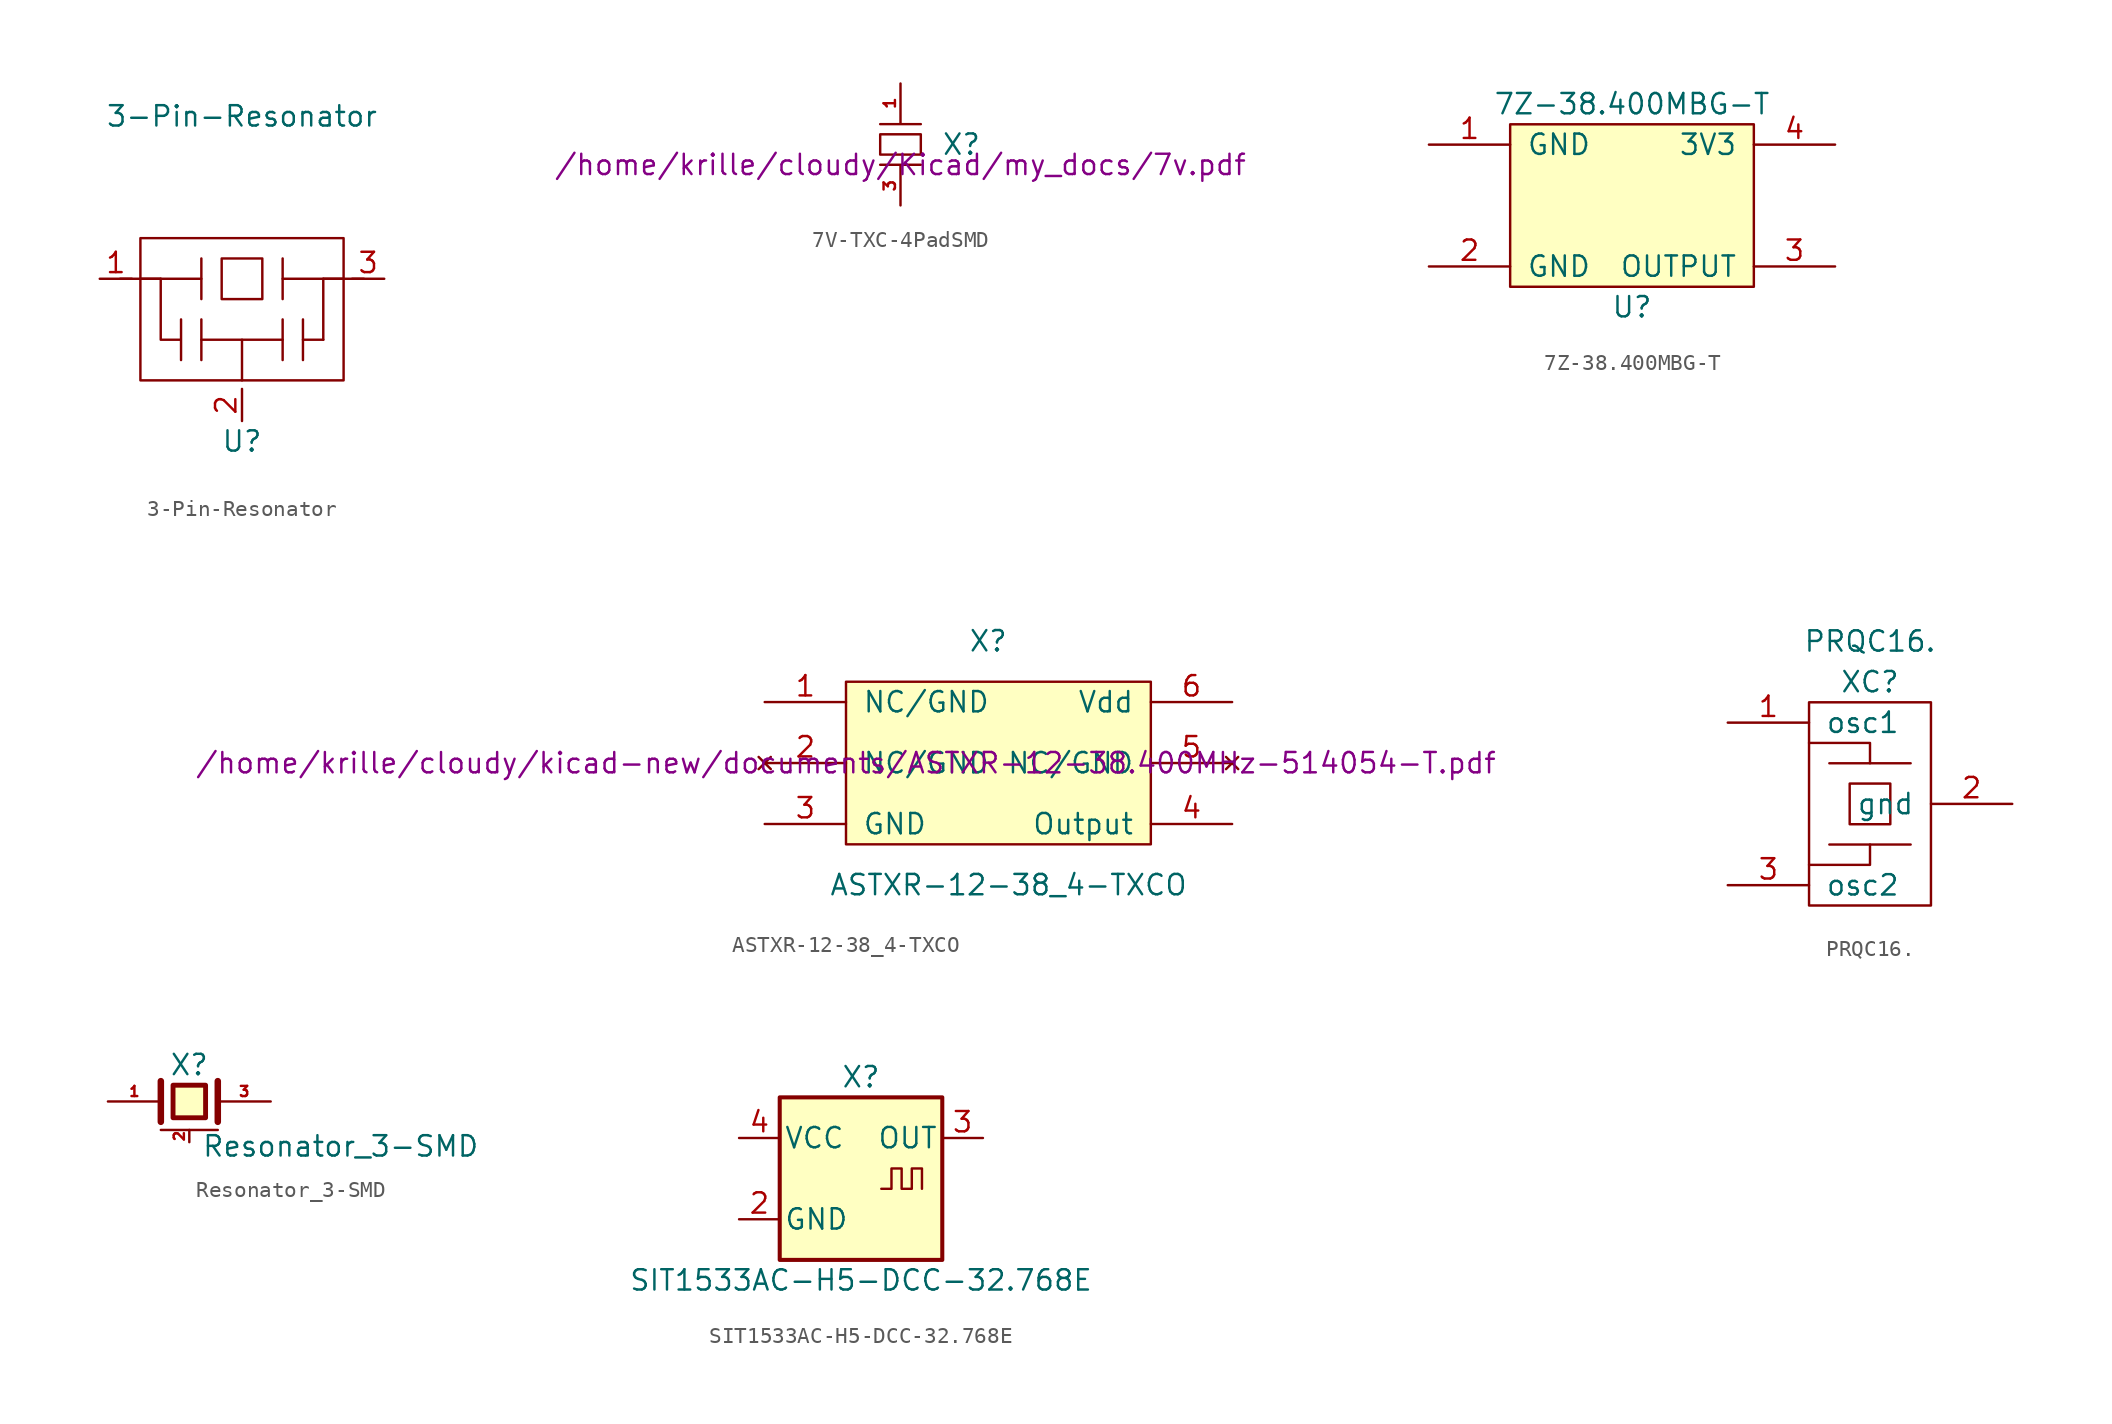
<source format=kicad_sym>
(kicad_symbol_lib
  (version 20211014)
  (generator kicad_symbol_editor)
  (symbol "3-Pin-Resonator"
    (pin_names
      (offset 1.016))
    (property "Reference" "U"
      (at 0 -10.16 0)
      (effects (font (size 1.27 1.27))))
    (property "Value" "3-Pin-Resonator"
      (at 0 10.16 0)
      (effects (font (size 1.27 1.27))))
    (property "Footprint" ""
      (at 0 0 0)
      (effects (font (size 1.27 1.27))))
    (property "Datasheet" ""
      (at 0 0 0)
      (effects (font (size 1.27 1.27))))
    (symbol "3-Pin-Resonator_0_1"
      (rectangle (start -6.35 2.54) (end 6.35 -6.35) (stroke (width 0) (type default) (color 0 0 0 0)) (fill (type none)))
      (rectangle (start -2.54 1.27) (end -2.54 -1.27) (stroke (width 0) (type default) (color 0 0 0 0)) (fill (type none)))
      (rectangle (start -1.27 1.27) (end 1.27 -1.27) (stroke (width 0) (type default) (color 0 0 0 0)) (fill (type none)))
      (polyline (pts (xy -7.62 0) (xy -5.08 0)) (stroke (width 0) (type default) (color 0 0 0 0)) (fill (type none)))
      (polyline (pts (xy -2.54 -2.54) (xy -2.54 -5.08)) (stroke (width 0) (type default) (color 0 0 0 0)) (fill (type none)))
      (polyline (pts (xy -2.54 0) (xy -6.35 0)) (stroke (width 0) (type default) (color 0 0 0 0)) (fill (type none)))
      (polyline (pts (xy 0 -3.81) (xy 0 -6.35)) (stroke (width 0) (type default) (color 0 0 0 0)) (fill (type none)))
      (polyline (pts (xy 2.54 -3.81) (xy -2.54 -3.81)) (stroke (width 0) (type default) (color 0 0 0 0)) (fill (type none)))
      (polyline (pts (xy 2.54 -2.54) (xy 2.54 -5.08)) (stroke (width 0) (type default) (color 0 0 0 0)) (fill (type none)))
      (polyline (pts (xy 3.81 -3.81) (xy 5.08 -3.81)) (stroke (width 0) (type default) (color 0 0 0 0)) (fill (type none)))
      (polyline (pts (xy 3.81 -2.54) (xy 3.81 -5.08)) (stroke (width 0) (type default) (color 0 0 0 0)) (fill (type none)))
      (polyline (pts (xy 5.08 0) (xy 5.08 -3.81)) (stroke (width 0) (type default) (color 0 0 0 0)) (fill (type none)))
      (polyline (pts (xy 5.08 0) (xy 7.62 0)) (stroke (width 0) (type default) (color 0 0 0 0)) (fill (type none)))
      (polyline (pts (xy 6.35 0) (xy 2.54 0)) (stroke (width 0) (type default) (color 0 0 0 0)) (fill (type none)))
      (polyline (pts (xy -5.08 0) (xy -5.08 -3.81) (xy -3.81 -3.81) (xy -3.81 -2.54) (xy -3.81 -5.08)) (stroke (width 0) (type default) (color 0 0 0 0)) (fill (type none)))
      (rectangle (start 2.54 1.27) (end 2.54 -1.27) (stroke (width 0) (type default) (color 0 0 0 0)) (fill (type none))))
    (symbol "3-Pin-Resonator_1_1"
      (pin input line (at -8.89 0 0) (length 2.007) (name "~" (effects (font (size 1.27 1.27)))) (number "1" (effects (font (size 1.27 1.27)))))
      (pin input line (at 0 -8.89 90) (length 2.007) (name "~" (effects (font (size 1.27 1.27)))) (number "2" (effects (font (size 1.27 1.27)))))
      (pin input line (at 8.89 0 180) (length 2.007) (name "~" (effects (font (size 1.27 1.27)))) (number "3" (effects (font (size 1.27 1.27)))))))
  (symbol "7V-TXC-4PadSMD"
    (pin_names
      (offset 0.762) hide)
    (property "Reference" "X"
      (at 3.81 0 0)
      (effects (font (size 1.27 1.27))))
    (property "Footprint" ""
      (at 0 -1.27 0)
      (effects (font (size 1.27 1.27))))
    (property "Datasheet" "/home/krille/cloudy/Kicad/my_docs/7v.pdf"
      (at 0 -1.27 0)
      (effects (font (size 1.27 1.27))))
    (symbol "7V-TXC-4PadSMD_0_1"
      (rectangle (start -1.27 0.635) (end 1.27 -0.635) (stroke (width 0) (type default) (color 0 0 0 0)) (fill (type none)))
      (polyline (pts (xy -1.27 -1.27) (xy 1.27 -1.27)) (stroke (width 0) (type default) (color 0 0 0 0)) (fill (type none)))
      (polyline (pts (xy 1.27 1.27) (xy -1.27 1.27)) (stroke (width 0) (type default) (color 0 0 0 0)) (fill (type none))))
    (symbol "7V-TXC-4PadSMD_1_1"
      (pin input line (at 0 3.81 270) (length 2.464) (name "XTAL" (effects (font (size 0.711 0.711)))) (number "1" (effects (font (size 0.711 0.711)))))
      (pin input line (at 0 -3.81 90) (length 2.464) (name "XTAL" (effects (font (size 0.711 0.711)))) (number "3" (effects (font (size 0.711 0.711)))))))
  (symbol "7Z-38.400MBG-T"
    (pin_names
      (offset 1.016))
    (property "Reference" "U"
      (at 0 -6.35 0)
      (effects (font (size 1.27 1.27))))
    (property "Value" "7Z-38.400MBG-T"
      (at 0 6.35 0)
      (effects (font (size 1.27 1.27))))
    (symbol "7Z-38.400MBG-T_0_1"
      (rectangle (start 7.62 -5.08) (end -7.62 5.08) (stroke (width 0) (type default) (color 0 0 0 0)) (fill (type background))))
    (symbol "7Z-38.400MBG-T_1_1"
      (pin input line (at -12.7 3.81 0) (length 5.08) (name "GND" (effects (font (size 1.27 1.27)))) (number "1" (effects (font (size 1.27 1.27)))))
      (pin input line (at -12.7 -3.81 0) (length 5.08) (name "GND" (effects (font (size 1.27 1.27)))) (number "2" (effects (font (size 1.27 1.27)))))
      (pin input line (at 12.7 -3.81 180) (length 5.08) (name "OUTPUT" (effects (font (size 1.27 1.27)))) (number "3" (effects (font (size 1.27 1.27)))))
      (pin input line (at 12.7 3.81 180) (length 5.08) (name "3V3" (effects (font (size 1.27 1.27)))) (number "4" (effects (font (size 1.27 1.27)))))))
  (symbol "ASTXR-12-38_4-TXCO"
    (pin_names
      (offset 1.016))
    (property "Reference" "X"
      (at -1.27 7.62 0)
      (effects (font (size 1.27 1.27))))
    (property "Value" "ASTXR-12-38_4-TXCO"
      (at 0 -7.62 0)
      (effects (font (size 1.27 1.27))))
    (property "Footprint" ""
      (at -10.16 0 0)
      (effects (font (size 1.27 1.27))))
    (property "Datasheet" "/home/krille/cloudy/kicad-new/documents/ASTXR-12-38.400MHz-514054-T.pdf"
      (at -10.16 0 0)
      (effects (font (size 1.27 1.27))))
    (symbol "ASTXR-12-38_4-TXCO_0_1"
      (rectangle (start -10.16 5.08) (end 8.89 -5.08) (stroke (width 0) (type default) (color 0 0 0 0)) (fill (type background))))
    (symbol "ASTXR-12-38_4-TXCO_1_1"
      (pin input line (at -15.24 3.81 0) (length 5.08) (name "NC/GND" (effects (font (size 1.27 1.27)))) (number "1" (effects (font (size 1.27 1.27)))))
      (pin no_connect line (at -15.24 0 0) (length 5.08) (name "NC/GND" (effects (font (size 1.27 1.27)))) (number "2" (effects (font (size 1.27 1.27)))))
      (pin input line (at -15.24 -3.81 0) (length 5.08) (name "GND" (effects (font (size 1.27 1.27)))) (number "3" (effects (font (size 1.27 1.27)))))
      (pin input line (at 13.97 -3.81 180) (length 5.08) (name "Output" (effects (font (size 1.27 1.27)))) (number "4" (effects (font (size 1.27 1.27)))))
      (pin no_connect line (at 13.97 0 180) (length 5.08) (name "NC/GND" (effects (font (size 1.27 1.27)))) (number "5" (effects (font (size 1.27 1.27)))))
      (pin input line (at 13.97 3.81 180) (length 5.08) (name "Vdd" (effects (font (size 1.27 1.27)))) (number "6" (effects (font (size 1.27 1.27)))))))
  (symbol "PRQC16."
    (pin_names
      (offset 1.016))
    (property "Reference" "XC"
      (at 0 7.62 0)
      (effects (font (size 1.27 1.27))))
    (property "Value" "PRQC16."
      (at 0 10.16 0)
      (effects (font (size 1.27 1.27))))
    (property "Footprint" ""
      (at -3.81 1.27 0)
      (effects (font (size 1.27 1.27))))
    (property "Datasheet" ""
      (at -3.81 1.27 0)
      (effects (font (size 1.27 1.27))))
    (symbol "PRQC16._0_0"
      (rectangle (start -3.81 6.35) (end 3.81 -6.35) (stroke (width 0) (type default) (color 0 0 0 0)) (fill (type none)))
      (rectangle (start -1.27 1.27) (end 1.27 -1.27) (stroke (width 0) (type default) (color 0 0 0 0)) (fill (type none)))
      (polyline (pts (xy -2.54 -2.54) (xy 2.54 -2.54)) (stroke (width 0) (type default) (color 0 0 0 0)) (fill (type none)))
      (polyline (pts (xy -2.54 2.54) (xy 2.54 2.54)) (stroke (width 0) (type default) (color 0 0 0 0)) (fill (type none)))
      (polyline (pts (xy -3.81 -3.81) (xy 0 -3.81) (xy 0 -2.54)) (stroke (width 0) (type default) (color 0 0 0 0)) (fill (type none)))
      (polyline (pts (xy 0 2.54) (xy 0 3.81) (xy -3.81 3.81)) (stroke (width 0) (type default) (color 0 0 0 0)) (fill (type none))))
    (symbol "PRQC16._1_1"
      (pin input line (at -8.89 5.08 0) (length 5.08) (name "osc1" (effects (font (size 1.27 1.27)))) (number "1" (effects (font (size 1.27 1.27)))))
      (pin input line (at 8.89 0 180) (length 5.08) (name "gnd" (effects (font (size 1.27 1.27)))) (number "2" (effects (font (size 1.27 1.27)))))
      (pin input line (at -8.89 -5.08 0) (length 5.08) (name "osc2" (effects (font (size 1.27 1.27)))) (number "3" (effects (font (size 1.27 1.27)))))))
  (symbol "Resonator_3-SMD"
    (pin_names
      (offset 1.016) hide)
    (property "Reference" "X"
      (at 0 2.286 0)
      (effects (font (size 1.27 1.27))))
    (property "Value" "Resonator_3-SMD"
      (at 0.762 -2.794 0)
      (effects (font (size 1.27 1.27)) (justify left)))
    (property "Footprint" ""
      (at 0 0 0)
      (effects (font (size 1.27 1.27))))
    (property "Datasheet" ""
      (at 0 0 0)
      (effects (font (size 1.27 1.27))))
    (symbol "Resonator_3-SMD_0_1"
      (polyline (pts (xy -1.778 -1.778) (xy 1.778 -1.778)) (stroke (width 0) (type default) (color 0 0 0 0)) (fill (type none)))
      (polyline (pts (xy -1.778 1.27) (xy -1.778 -1.27)) (stroke (width 0.406) (type default) (color 0 0 0 0)) (fill (type none)))
      (polyline (pts (xy 1.778 1.27) (xy 1.778 -1.27)) (stroke (width 0.406) (type default) (color 0 0 0 0)) (fill (type none)))
      (polyline (pts (xy -1.016 1.016) (xy 1.016 1.016) (xy 1.016 -1.016) (xy -1.016 -1.016) (xy -1.016 1.016)) (stroke (width 0.305) (type default) (color 0 0 0 0)) (fill (type background))))
    (symbol "Resonator_3-SMD_1_1"
      (pin passive line (at -5.08 0 0) (length 3.302) (name "1" (effects (font (size 0.508 0.508)))) (number "1" (effects (font (size 0.635 0.635)))))
      (pin passive line (at 0 -2.54 90) (length 0.762) (name "GND" (effects (font (size 0.508 0.508)))) (number "2" (effects (font (size 0.635 0.635)))))
      (pin passive line (at 5.08 0 180) (length 3.302) (name "3" (effects (font (size 0.508 0.508)))) (number "3" (effects (font (size 0.635 0.635)))))))
  (symbol "SIT1533AC-H5-DCC-32.768E"
    (pin_names
      (offset 0.254))
    (property "Reference" "X"
      (at 0 6.35 0)
      (effects (font (size 1.27 1.27))))
    (property "Value" "SIT1533AC-H5-DCC-32.768E"
      (at 0 -6.35 0)
      (effects (font (size 1.27 1.27))))
    (symbol "SIT1533AC-H5-DCC-32.768E_0_1"
      (rectangle (start -5.08 5.08) (end 5.08 -5.08) (stroke (width 0.254) (type default) (color 0 0 0 0)) (fill (type background)))
      (polyline (pts (xy 1.27 -0.635) (xy 1.905 -0.635) (xy 1.905 0.635) (xy 2.54 0.635) (xy 2.54 -0.635) (xy 3.175 -0.635) (xy 3.175 0.635) (xy 3.81 0.635) (xy 3.81 -0.635)) (stroke (width 0) (type default) (color 0 0 0 0)) (fill (type none))))
    (symbol "SIT1533AC-H5-DCC-32.768E_1_1"
      (pin no_connect line (at 7.62 -2.54 180) (length 2.54) hide (name "NC" (effects (font (size 1.27 1.27)))) (number "1" (effects (font (size 1.27 1.27)))))
      (pin power_in line (at -7.62 -2.54 0) (length 2.54) (name "GND" (effects (font (size 1.27 1.27)))) (number "2" (effects (font (size 1.27 1.27)))))
      (pin output line (at 7.62 2.54 180) (length 2.54) (name "OUT" (effects (font (size 1.27 1.27)))) (number "3" (effects (font (size 1.27 1.27)))))
      (pin power_in line (at -7.62 2.54 0) (length 2.54) (name "VCC" (effects (font (size 1.27 1.27)))) (number "4" (effects (font (size 1.27 1.27))))))))
</source>
